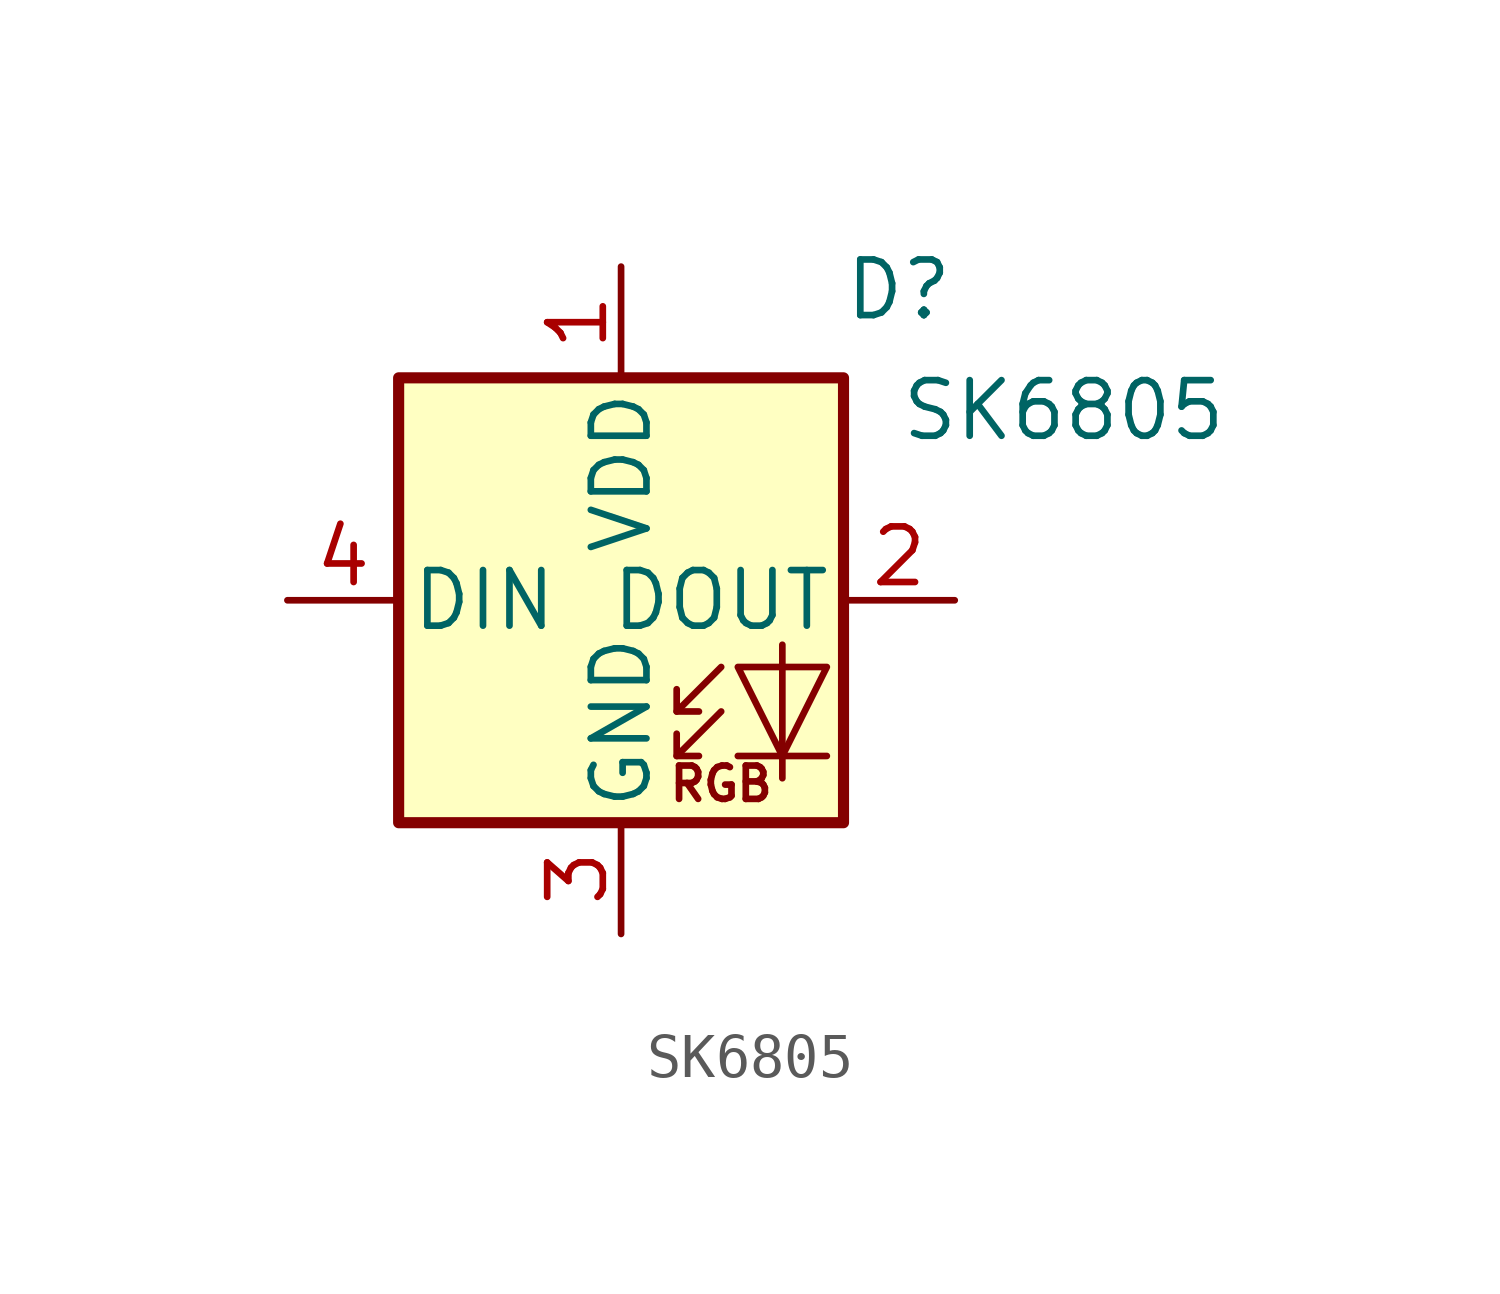
<source format=kicad_sym>
(kicad_symbol_lib
  (version 20201005)
  (generator kicad_symbol_editor)
  (symbol "SK6805_2020:SK6805"
    (pin_names
      (offset 0.254))
    (property "Reference" "D"
      (at 7.62 6.35 0)
      (effects (font (size 1.27 1.27)) (justify right bottom)))
    (property "Value" "SK6805"
      (at 6.35 5.08 0)
      (effects (font (size 1.27 1.27)) (justify left top)))
    (symbol "SK6805_0_0"
      (text "RGB" (at 2.286 -4.191 0) (effects (font (size 0.762 0.762)))))
    (symbol "SK6805_0_1"
      (rectangle (start 5.08 5.08) (end -5.08 -5.08) (stroke (width 0.254)) (fill (type background)))
      (polyline (pts (xy 1.27 -3.556) (xy 1.778 -3.556)) (stroke (width 0)) (fill (type none)))
      (polyline (pts (xy 1.27 -2.54) (xy 1.778 -2.54)) (stroke (width 0)) (fill (type none)))
      (polyline (pts (xy 4.699 -3.556) (xy 2.667 -3.556)) (stroke (width 0)) (fill (type none)))
      (polyline (pts (xy 2.286 -2.54) (xy 1.27 -3.556) (xy 1.27 -3.048)) (stroke (width 0)) (fill (type none)))
      (polyline (pts (xy 2.286 -1.524) (xy 1.27 -2.54) (xy 1.27 -2.032)) (stroke (width 0)) (fill (type none)))
      (polyline (pts (xy 3.683 -1.016) (xy 3.683 -3.556) (xy 3.683 -4.064)) (stroke (width 0)) (fill (type none)))
      (polyline (pts (xy 4.699 -1.524) (xy 2.667 -1.524) (xy 3.683 -3.556) (xy 4.699 -1.524)) (stroke (width 0)) (fill (type none))))
    (symbol "SK6805_1_1"
      (pin power_in line (at 0 7.62 270) (length 2.54) (name "VDD" (effects (font (size 1.27 1.27)))) (number "1" (effects (font (size 1.27 1.27)))))
      (pin output line (at 7.62 0 180) (length 2.54) (name "DOUT" (effects (font (size 1.27 1.27)))) (number "2" (effects (font (size 1.27 1.27)))))
      (pin power_in line (at 0 -7.62 90) (length 2.54) (name "GND" (effects (font (size 1.27 1.27)))) (number "3" (effects (font (size 1.27 1.27)))))
      (pin input line (at -7.62 0 0) (length 2.54) (name "DIN" (effects (font (size 1.27 1.27)))) (number "4" (effects (font (size 1.27 1.27))))))))
</source>
